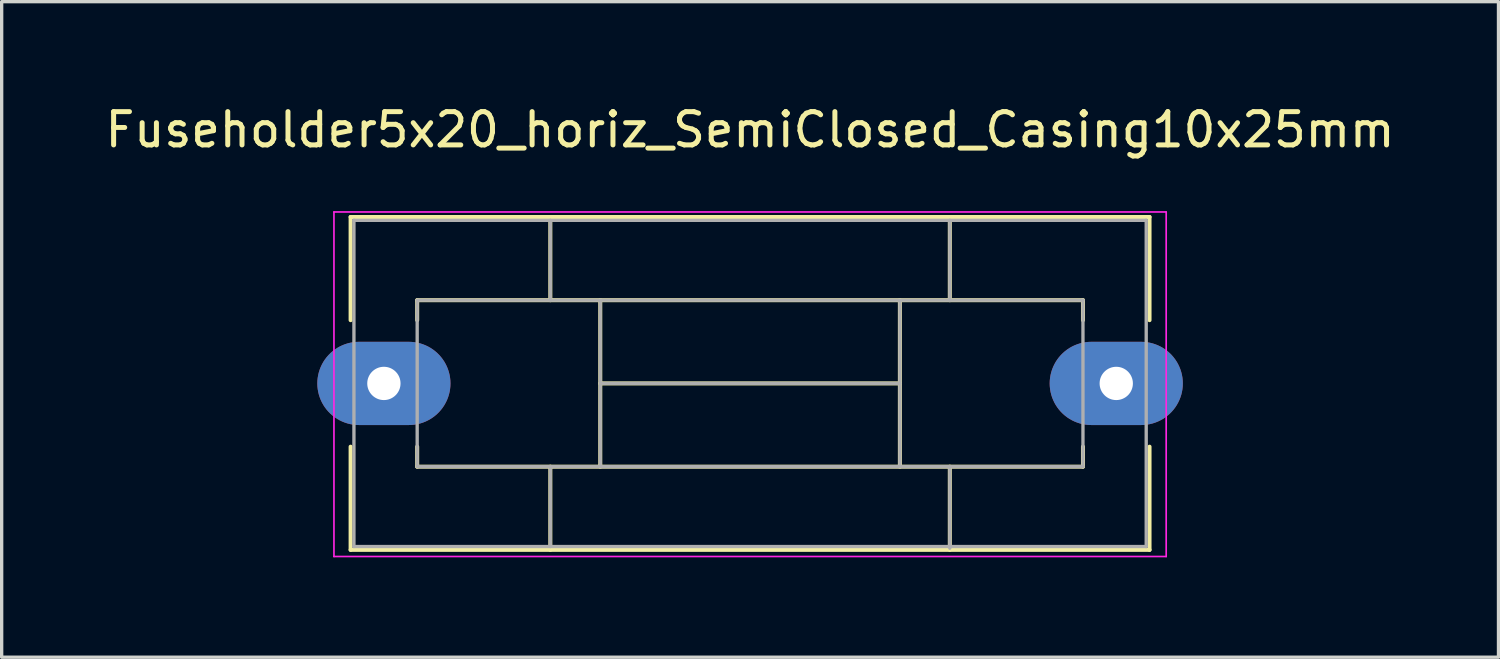
<source format=kicad_pcb>
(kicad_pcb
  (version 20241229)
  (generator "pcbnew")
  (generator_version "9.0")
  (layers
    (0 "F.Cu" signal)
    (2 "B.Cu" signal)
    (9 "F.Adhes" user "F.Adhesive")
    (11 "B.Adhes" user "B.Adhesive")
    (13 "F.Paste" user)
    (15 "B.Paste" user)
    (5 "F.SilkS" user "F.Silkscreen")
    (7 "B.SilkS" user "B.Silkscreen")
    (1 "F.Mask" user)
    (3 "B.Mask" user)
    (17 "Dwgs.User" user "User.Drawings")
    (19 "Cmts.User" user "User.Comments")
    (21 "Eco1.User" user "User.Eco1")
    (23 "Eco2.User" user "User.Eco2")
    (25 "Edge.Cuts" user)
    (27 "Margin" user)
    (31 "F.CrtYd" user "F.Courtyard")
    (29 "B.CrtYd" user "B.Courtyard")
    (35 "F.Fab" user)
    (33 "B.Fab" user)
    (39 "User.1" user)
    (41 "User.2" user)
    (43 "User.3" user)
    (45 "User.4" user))
  (footprint "Fuseholder5x20_horiz_SemiClosed_Casing10x25mm"
    (layer "F.Cu")
    (at 8.482 8.468)
    (property "Reference" "Fuseholder5x20_horiz_SemiClosed_Casing10x25mm" (at 11 -7.62 0) (layer "F.SilkS") (effects (font (size 1 1) (thickness 0.15))))
    (attr through_hole)
    (fp_line (start -1 -5) (end -1 -1.9) (stroke (width 0.12) (type solid)) (layer "F.SilkS"))
    (fp_line (start -1 1.9) (end -1 5) (stroke (width 0.12) (type solid)) (layer "F.SilkS"))
    (fp_line (start -1 5) (end 23 5) (stroke (width 0.12) (type solid)) (layer "F.SilkS"))
    (fp_line (start 1 -2.5) (end 1 -1.9) (stroke (width 0.12) (type solid)) (layer "F.SilkS"))
    (fp_line (start 1 1.9) (end 1 2.5) (stroke (width 0.12) (type solid)) (layer "F.SilkS"))
    (fp_line (start 1 2.5) (end 21 2.5) (stroke (width 0.12) (type solid)) (layer "F.SilkS"))
    (fp_line (start 5 -2.5) (end 5 -5) (stroke (width 0.12) (type solid)) (layer "F.SilkS"))
    (fp_line (start 5 5) (end 5 2.5) (stroke (width 0.12) (type solid)) (layer "F.SilkS"))
    (fp_line (start 6.5 -2.5) (end 6.5 2.5) (stroke (width 0.12) (type solid)) (layer "F.SilkS"))
    (fp_line (start 6.5 0) (end 15.5 0) (stroke (width 0.12) (type solid)) (layer "F.SilkS"))
    (fp_line (start 15.5 -2.5) (end 15.5 2.5) (stroke (width 0.12) (type solid)) (layer "F.SilkS"))
    (fp_line (start 17 -5) (end 17 -2.5) (stroke (width 0.12) (type solid)) (layer "F.SilkS"))
    (fp_line (start 17 5) (end 17 2.5) (stroke (width 0.12) (type solid)) (layer "F.SilkS"))
    (fp_line (start 21 -2.5) (end 1 -2.5) (stroke (width 0.12) (type solid)) (layer "F.SilkS"))
    (fp_line (start 21 -1.9) (end 21 -2.5) (stroke (width 0.12) (type solid)) (layer "F.SilkS"))
    (fp_line (start 21 2.5) (end 21 1.9) (stroke (width 0.12) (type solid)) (layer "F.SilkS"))
    (fp_line (start 23 -5) (end -1 -5) (stroke (width 0.12) (type solid)) (layer "F.SilkS"))
    (fp_line (start 23 -1.9) (end 23 -5) (stroke (width 0.12) (type solid)) (layer "F.SilkS"))
    (fp_line (start 23 5) (end 23 1.9) (stroke (width 0.12) (type solid)) (layer "F.SilkS"))
    (fp_line (start -1.5 -5.15) (end -1.5 5.2) (stroke (width 0.05) (type solid)) (layer "F.CrtYd"))
    (fp_line (start -1.5 -5.15) (end 23.5 -5.15) (stroke (width 0.05) (type solid)) (layer "F.CrtYd"))
    (fp_line (start 23.5 5.2) (end -1.5 5.2) (stroke (width 0.05) (type solid)) (layer "F.CrtYd"))
    (fp_line (start 23.5 5.2) (end 23.5 -5.15) (stroke (width 0.05) (type solid)) (layer "F.CrtYd"))
    (fp_line (start -0.9 -4.9) (end -0.9 4.9) (stroke (width 0.1) (type solid)) (layer "F.Fab"))
    (fp_line (start -0.9 4.9) (end 22.9 4.9) (stroke (width 0.1) (type solid)) (layer "F.Fab"))
    (fp_line (start 1 -2.5) (end 1 2.5) (stroke (width 0.1) (type solid)) (layer "F.Fab"))
    (fp_line (start 1 2.5) (end 21 2.5) (stroke (width 0.1) (type solid)) (layer "F.Fab"))
    (fp_line (start 5 -4.9) (end 5 -2.5) (stroke (width 0.1) (type solid)) (layer "F.Fab"))
    (fp_line (start 5 2.5) (end 5 4.9) (stroke (width 0.1) (type solid)) (layer "F.Fab"))
    (fp_line (start 6.5 -2.5) (end 6.5 2.5) (stroke (width 0.1) (type solid)) (layer "F.Fab"))
    (fp_line (start 6.5 0) (end 15.5 0) (stroke (width 0.1) (type solid)) (layer "F.Fab"))
    (fp_line (start 15.5 -2.5) (end 15.5 2.5) (stroke (width 0.1) (type solid)) (layer "F.Fab"))
    (fp_line (start 17 -2.5) (end 17 -4.9) (stroke (width 0.1) (type solid)) (layer "F.Fab"))
    (fp_line (start 17 2.5) (end 17 4.95) (stroke (width 0.1) (type solid)) (layer "F.Fab"))
    (fp_line (start 21 -2.5) (end 1 -2.5) (stroke (width 0.1) (type solid)) (layer "F.Fab"))
    (fp_line (start 21 2.5) (end 21 -2.5) (stroke (width 0.1) (type solid)) (layer "F.Fab"))
    (fp_line (start 22.9 -4.9) (end -0.9 -4.9) (stroke (width 0.1) (type solid)) (layer "F.Fab"))
    (fp_line (start 22.9 4.9) (end 22.9 -4.9) (stroke (width 0.1) (type solid)) (layer "F.Fab"))
    (pad "1" thru_hole oval (at 0 0 270) (size 2.5 4) (drill 1) (layers "*.Cu" "*.Mask"))
    (pad "2" thru_hole oval (at 22 0 270) (size 2.5 4) (drill 1) (layers "*.Cu" "*.Mask")))
  (gr_rect
    (start -3 -3)
    (end 41.964 16.693)
    (stroke (width 0.1) (type default))
    (fill no)
    (layer "Edge.Cuts")))
</source>
